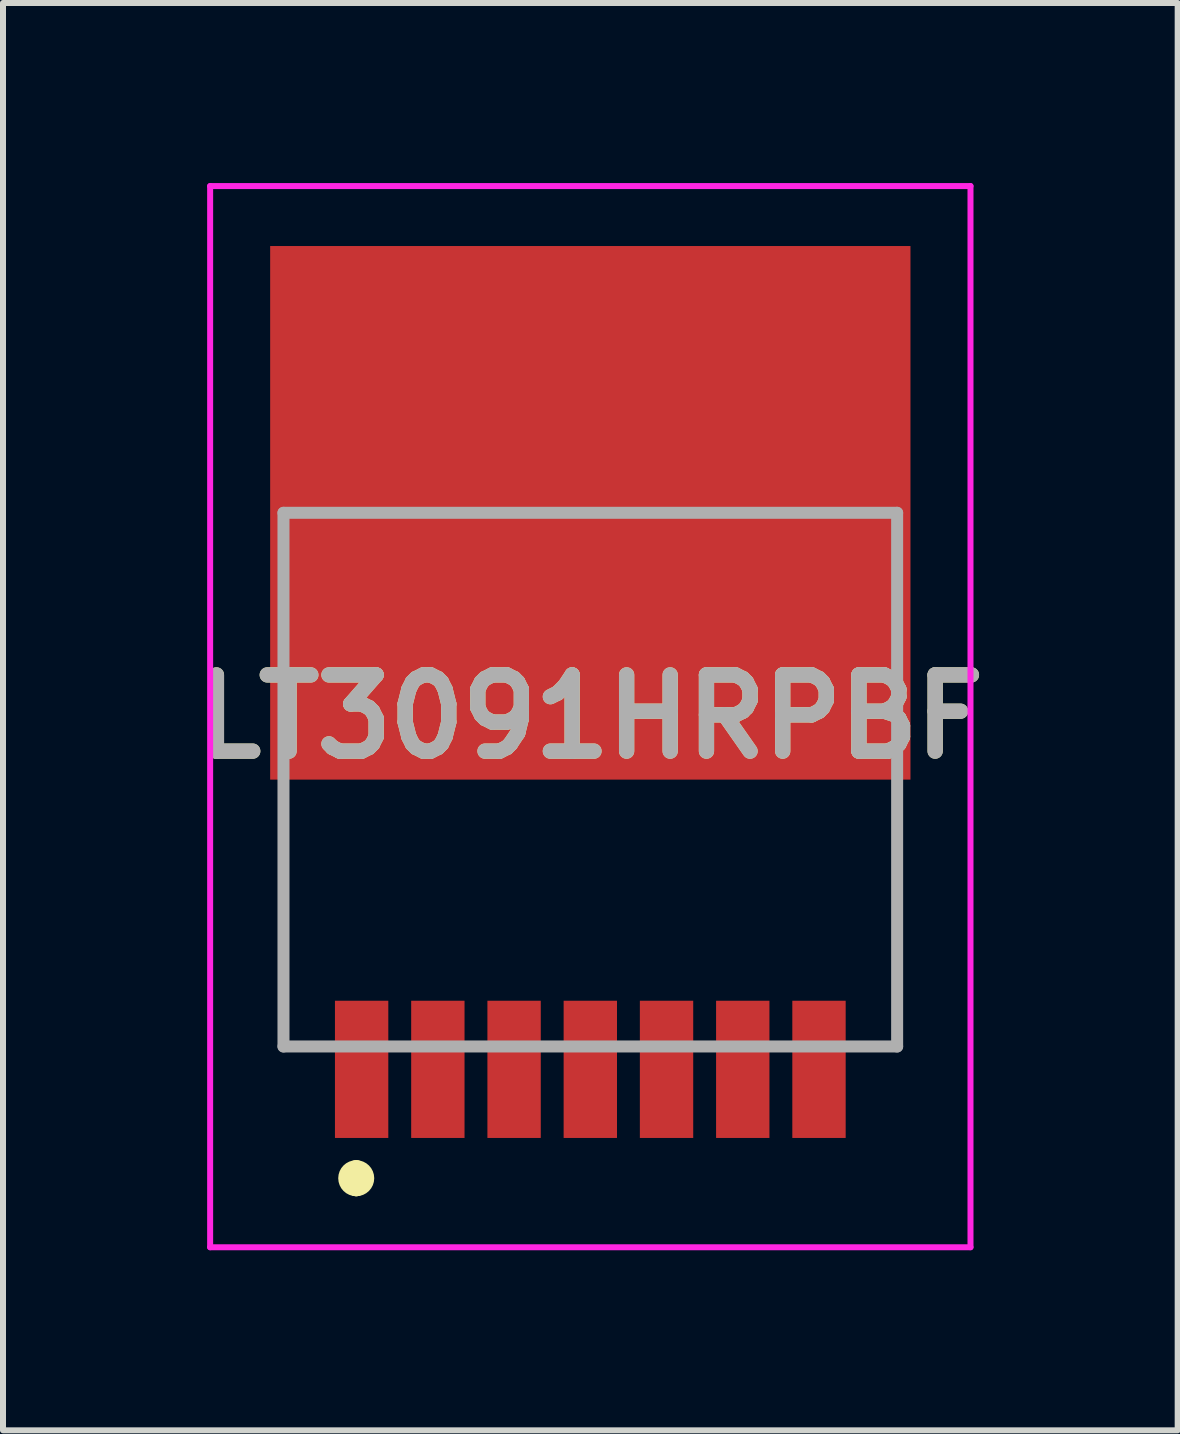
<source format=kicad_pcb>
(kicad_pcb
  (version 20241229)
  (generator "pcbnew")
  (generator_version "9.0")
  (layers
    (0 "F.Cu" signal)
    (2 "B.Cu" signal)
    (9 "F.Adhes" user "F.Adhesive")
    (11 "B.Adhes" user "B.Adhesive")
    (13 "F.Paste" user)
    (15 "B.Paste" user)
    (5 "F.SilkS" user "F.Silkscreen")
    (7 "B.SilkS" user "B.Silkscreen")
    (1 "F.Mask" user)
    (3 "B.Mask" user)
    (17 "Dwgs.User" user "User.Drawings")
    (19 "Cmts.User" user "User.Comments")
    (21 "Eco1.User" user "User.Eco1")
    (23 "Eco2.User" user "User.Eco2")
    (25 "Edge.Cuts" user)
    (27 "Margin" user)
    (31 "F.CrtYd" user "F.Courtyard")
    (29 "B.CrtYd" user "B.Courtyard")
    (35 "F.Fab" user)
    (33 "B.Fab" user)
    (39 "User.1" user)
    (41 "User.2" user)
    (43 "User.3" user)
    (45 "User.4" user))
  (footprint "LT3091HRPBF"
    (layer "F.Cu")
    (at 6.785 10.13)
    (property "Reference" "LT3091HRPBF" (at 0 -1.24 0) (layer "F.SilkS") (effects (font (size 1.27 1.27) (thickness 0.254))))
    (attr smd)
    (fp_line (start -5.1 0.065) (end -5.1 4.255) (stroke (width 0.1) (type solid)) (layer "F.SilkS"))
    (fp_line (start -5.1 4.255) (end -4.5 4.264) (stroke (width 0.1) (type solid)) (layer "F.SilkS"))
    (fp_line (start -3.9 6.3) (end -3.9 6.3) (stroke (width 0.3) (type solid)) (layer "F.SilkS"))
    (fp_line (start -3.9 6.6) (end -3.9 6.6) (stroke (width 0.3) (type solid)) (layer "F.SilkS"))
    (fp_line (start 5.112 0.065) (end 5.112 4.255) (stroke (width 0.1) (type solid)) (layer "F.SilkS"))
    (fp_line (start 5.112 4.255) (end 4.5 4.255) (stroke (width 0.1) (type solid)) (layer "F.SilkS"))
    (fp_arc (start -3.9 6.3) (mid -3.75 6.45) (end -3.9 6.6) (stroke (width 0.3) (type solid)) (layer "F.SilkS"))
    (fp_arc (start -3.9 6.6) (mid -4.05 6.45) (end -3.9 6.3) (stroke (width 0.3) (type solid)) (layer "F.SilkS"))
    (fp_line (start -6.334 -10.08) (end 6.334 -10.08) (stroke (width 0.1) (type solid)) (layer "F.CrtYd"))
    (fp_line (start -6.334 7.6) (end -6.334 -10.08) (stroke (width 0.1) (type solid)) (layer "F.CrtYd"))
    (fp_line (start 6.334 -10.08) (end 6.334 7.6) (stroke (width 0.1) (type solid)) (layer "F.CrtYd"))
    (fp_line (start 6.334 7.6) (end -6.334 7.6) (stroke (width 0.1) (type solid)) (layer "F.CrtYd"))
    (fp_line (start -5.112 -4.636) (end 5.112 -4.636) (stroke (width 0.2) (type solid)) (layer "F.Fab"))
    (fp_line (start -5.112 4.255) (end -5.112 -4.636) (stroke (width 0.2) (type solid)) (layer "F.Fab"))
    (fp_line (start 5.112 -4.636) (end 5.112 4.255) (stroke (width 0.2) (type solid)) (layer "F.Fab"))
    (fp_line (start 5.112 4.255) (end -5.112 4.255) (stroke (width 0.2) (type solid)) (layer "F.Fab"))
    (fp_text user "${REFERENCE}" (at 0 -1.24 0) (layer "F.Fab") (effects (font (size 1.27 1.27) (thickness 0.254))))
    (pad "1" smd rect (at -3.81 4.636) (size 0.889 2.286) (layers "F.Cu" "F.Mask" "F.Paste"))
    (pad "2" smd rect (at -2.54 4.636) (size 0.889 2.286) (layers "F.Cu" "F.Mask" "F.Paste"))
    (pad "3" smd rect (at -1.27 4.636) (size 0.889 2.286) (layers "F.Cu" "F.Mask" "F.Paste"))
    (pad "4" smd rect (at 0 4.636) (size 0.889 2.286) (layers "F.Cu" "F.Mask" "F.Paste"))
    (pad "5" smd rect (at 1.27 4.636) (size 0.889 2.286) (layers "F.Cu" "F.Mask" "F.Paste"))
    (pad "6" smd rect (at 2.54 4.636) (size 0.889 2.286) (layers "F.Cu" "F.Mask" "F.Paste"))
    (pad "7" smd rect (at 3.81 4.636) (size 0.889 2.286) (layers "F.Cu" "F.Mask" "F.Paste"))
    (pad "8" smd rect (at 0 -4.636 90) (size 8.89 10.668) (layers "F.Cu" "F.Mask" "F.Paste")))
  (gr_rect
    (start -3 -3)
    (end 16.571 20.78)
    (stroke (width 0.1) (type default))
    (fill no)
    (layer "Edge.Cuts")))
</source>
